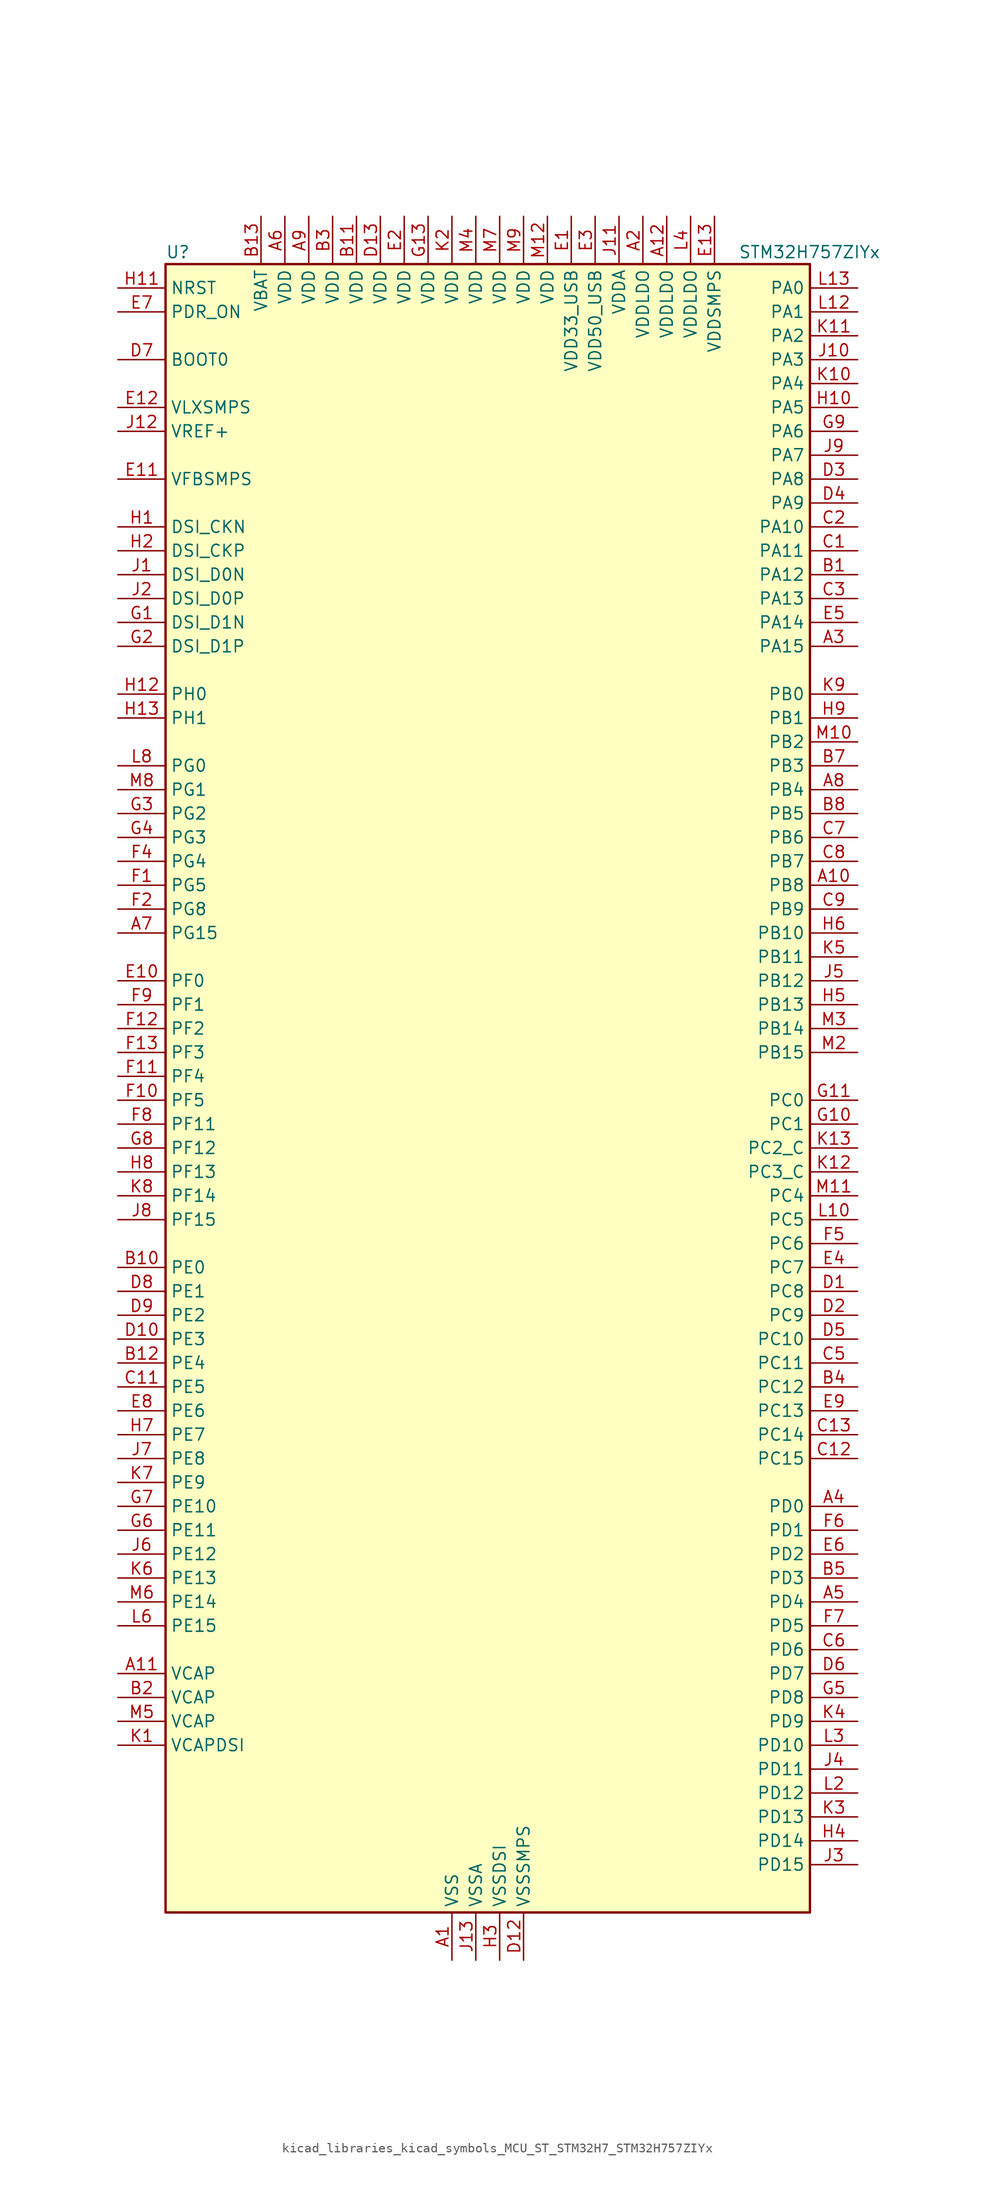
<source format=kicad_sym>
(kicad_symbol_lib
  (version 20220914)
  (generator kicad_symbol_editor)
  (symbol "kicad_libraries_kicad_symbols_MCU_ST_STM32H7_STM32H757ZIYx"
    (property "Reference" "U"
      (at -33.02 90.17 0)
      (effects (font (size 1.27 1.27)) (justify left)))
    (property "Value" "STM32H757ZIYx"
      (at 27.94 90.17 0)
      (effects (font (size 1.27 1.27)) (justify left)))
    (property "ki_locked" ""
      (at 0 0 0)
      (effects (font (size 1.27 1.27))))
    (symbol "kicad_libraries_kicad_symbols_MCU_ST_STM32H7_STM32H757ZIYx_0_1"
      (rectangle (start -33.02 -86.36) (end 35.56 88.9) (stroke (width 0.254) (type default)) (fill (type background))))
    (symbol "kicad_libraries_kicad_symbols_MCU_ST_STM32H7_STM32H757ZIYx_1_1"
      (pin power_in line (at -2.54 -91.44 90) (length 5.08) (name "VSS" (effects (font (size 1.27 1.27)))) (number "A1" (effects (font (size 1.27 1.27)))))
      (pin bidirectional line (at 40.64 22.86 180) (length 5.08) (name "PB8" (effects (font (size 1.27 1.27)))) (number "A10" (effects (font (size 1.27 1.27)))) (alternate "DCMI_D6" bidirectional line) (alternate "DFSDM1_CKIN7" bidirectional line) (alternate "ETH_TXD3" bidirectional line) (alternate "FDCAN1_RX" bidirectional line) (alternate "I2C1_SCL" bidirectional line) (alternate "I2C4_SCL" bidirectional line) (alternate "LTDC_B6" bidirectional line) (alternate "SDMMC1_CKIN" bidirectional line) (alternate "SDMMC1_D4" bidirectional line) (alternate "SDMMC2_D4" bidirectional line) (alternate "TIM16_CH1" bidirectional line) (alternate "TIM4_CH3" bidirectional line) (alternate "UART4_RX" bidirectional line))
      (pin power_out line (at -38.1 -60.96 0) (length 5.08) (name "VCAP" (effects (font (size 1.27 1.27)))) (number "A11" (effects (font (size 1.27 1.27)))))
      (pin power_in line (at 20.32 93.98 270) (length 5.08) (name "VDDLDO" (effects (font (size 1.27 1.27)))) (number "A12" (effects (font (size 1.27 1.27)))))
      (pin no_connect line (at -33.02 -86.36 0) (length 5.08) hide (name "DNC" (effects (font (size 1.27 1.27)))) (number "A13" (effects (font (size 1.27 1.27)))))
      (pin power_in line (at 17.78 93.98 270) (length 5.08) (name "VDDLDO" (effects (font (size 1.27 1.27)))) (number "A2" (effects (font (size 1.27 1.27)))))
      (pin bidirectional line (at 40.64 48.26 180) (length 5.08) (name "PA15" (effects (font (size 1.27 1.27)))) (number "A3" (effects (font (size 1.27 1.27)))) (alternate "ADC1_EXTI15" bidirectional line) (alternate "ADC2_EXTI15" bidirectional line) (alternate "ADC3_EXTI15" bidirectional line) (alternate "CEC" bidirectional line) (alternate "DEBUG_JTDI" bidirectional line) (alternate "DSIHOST_TE" bidirectional line) (alternate "HRTIM_FLT1" bidirectional line) (alternate "I2S1_WS" bidirectional line) (alternate "I2S3_WS" bidirectional line) (alternate "SPI1_NSS" bidirectional line) (alternate "SPI3_NSS" bidirectional line) (alternate "SPI6_NSS" bidirectional line) (alternate "TIM2_CH1" bidirectional line) (alternate "TIM2_ETR" bidirectional line) (alternate "UART4_DE" bidirectional line) (alternate "UART4_RTS" bidirectional line) (alternate "UART7_TX" bidirectional line))
      (pin bidirectional line (at 40.64 -43.18 180) (length 5.08) (name "PD0" (effects (font (size 1.27 1.27)))) (number "A4" (effects (font (size 1.27 1.27)))) (alternate "DFSDM1_CKIN6" bidirectional line) (alternate "FDCAN1_RX" bidirectional line) (alternate "FMC_D2" bidirectional line) (alternate "FMC_DA2" bidirectional line) (alternate "SAI3_SCK_A" bidirectional line) (alternate "UART4_RX" bidirectional line))
      (pin bidirectional line (at 40.64 -53.34 180) (length 5.08) (name "PD4" (effects (font (size 1.27 1.27)))) (number "A5" (effects (font (size 1.27 1.27)))) (alternate "FMC_NOE" bidirectional line) (alternate "HRTIM_FLT3" bidirectional line) (alternate "SAI3_FS_A" bidirectional line) (alternate "USART2_DE" bidirectional line) (alternate "USART2_RTS" bidirectional line))
      (pin power_in line (at -20.32 93.98 270) (length 5.08) (name "VDD" (effects (font (size 1.27 1.27)))) (number "A6" (effects (font (size 1.27 1.27)))))
      (pin bidirectional line (at -38.1 17.78 0) (length 5.08) (name "PG15" (effects (font (size 1.27 1.27)))) (number "A7" (effects (font (size 1.27 1.27)))) (alternate "ADC1_EXTI15" bidirectional line) (alternate "ADC2_EXTI15" bidirectional line) (alternate "ADC3_EXTI15" bidirectional line) (alternate "DCMI_D13" bidirectional line) (alternate "FMC_SDNCAS" bidirectional line) (alternate "USART6_CTS" bidirectional line) (alternate "USART6_NSS" bidirectional line))
      (pin bidirectional line (at 40.64 33.02 180) (length 5.08) (name "PB4" (effects (font (size 1.27 1.27)))) (number "A8" (effects (font (size 1.27 1.27)))) (alternate "DEBUG_JTRST" bidirectional line) (alternate "HRTIM_EEV6" bidirectional line) (alternate "I2S1_SDI" bidirectional line) (alternate "I2S2_WS" bidirectional line) (alternate "I2S3_SDI" bidirectional line) (alternate "SDMMC2_D3" bidirectional line) (alternate "SPI1_MISO" bidirectional line) (alternate "SPI2_NSS" bidirectional line) (alternate "SPI3_MISO" bidirectional line) (alternate "SPI6_MISO" bidirectional line) (alternate "TIM16_BKIN" bidirectional line) (alternate "TIM3_CH1" bidirectional line) (alternate "UART7_TX" bidirectional line))
      (pin power_in line (at -17.78 93.98 270) (length 5.08) (name "VDD" (effects (font (size 1.27 1.27)))) (number "A9" (effects (font (size 1.27 1.27)))))
      (pin bidirectional line (at 40.64 55.88 180) (length 5.08) (name "PA12" (effects (font (size 1.27 1.27)))) (number "B1" (effects (font (size 1.27 1.27)))) (alternate "FDCAN1_TX" bidirectional line) (alternate "HRTIM_CHD2" bidirectional line) (alternate "I2S2_CK" bidirectional line) (alternate "LPUART1_DE" bidirectional line) (alternate "LPUART1_RTS" bidirectional line) (alternate "LTDC_R5" bidirectional line) (alternate "SAI2_FS_B" bidirectional line) (alternate "SPI2_SCK" bidirectional line) (alternate "TIM1_ETR" bidirectional line) (alternate "UART4_TX" bidirectional line) (alternate "USART1_DE" bidirectional line) (alternate "USART1_RTS" bidirectional line) (alternate "USB_OTG_FS_DP" bidirectional line))
      (pin bidirectional line (at -38.1 -17.78 0) (length 5.08) (name "PE0" (effects (font (size 1.27 1.27)))) (number "B10" (effects (font (size 1.27 1.27)))) (alternate "DCMI_D2" bidirectional line) (alternate "FMC_NBL0" bidirectional line) (alternate "HRTIM_SCIN" bidirectional line) (alternate "LPTIM1_ETR" bidirectional line) (alternate "LPTIM2_ETR" bidirectional line) (alternate "SAI2_MCLK_A" bidirectional line) (alternate "TIM4_ETR" bidirectional line) (alternate "UART8_RX" bidirectional line))
      (pin power_in line (at -12.7 93.98 270) (length 5.08) (name "VDD" (effects (font (size 1.27 1.27)))) (number "B11" (effects (font (size 1.27 1.27)))))
      (pin bidirectional line (at -38.1 -27.94 0) (length 5.08) (name "PE4" (effects (font (size 1.27 1.27)))) (number "B12" (effects (font (size 1.27 1.27)))) (alternate "DCMI_D4" bidirectional line) (alternate "DEBUG_TRACED1" bidirectional line) (alternate "DFSDM1_DATIN3" bidirectional line) (alternate "FMC_A20" bidirectional line) (alternate "LTDC_B0" bidirectional line) (alternate "SAI1_D2" bidirectional line) (alternate "SAI1_FS_A" bidirectional line) (alternate "SAI4_D2" bidirectional line) (alternate "SAI4_FS_A" bidirectional line) (alternate "SPI4_NSS" bidirectional line) (alternate "TIM15_CH1N" bidirectional line))
      (pin power_in line (at -22.86 93.98 270) (length 5.08) (name "VBAT" (effects (font (size 1.27 1.27)))) (number "B13" (effects (font (size 1.27 1.27)))))
      (pin power_out line (at -38.1 -63.5 0) (length 5.08) (name "VCAP" (effects (font (size 1.27 1.27)))) (number "B2" (effects (font (size 1.27 1.27)))))
      (pin power_in line (at -15.24 93.98 270) (length 5.08) (name "VDD" (effects (font (size 1.27 1.27)))) (number "B3" (effects (font (size 1.27 1.27)))))
      (pin bidirectional line (at 40.64 -30.48 180) (length 5.08) (name "PC12" (effects (font (size 1.27 1.27)))) (number "B4" (effects (font (size 1.27 1.27)))) (alternate "DCMI_D9" bidirectional line) (alternate "DEBUG_TRACED3" bidirectional line) (alternate "HRTIM_EEV2" bidirectional line) (alternate "I2S3_SDO" bidirectional line) (alternate "SDMMC1_CK" bidirectional line) (alternate "SPI3_MOSI" bidirectional line) (alternate "UART5_TX" bidirectional line) (alternate "USART3_CK" bidirectional line))
      (pin bidirectional line (at 40.64 -50.8 180) (length 5.08) (name "PD3" (effects (font (size 1.27 1.27)))) (number "B5" (effects (font (size 1.27 1.27)))) (alternate "DCMI_D5" bidirectional line) (alternate "DFSDM1_CKOUT" bidirectional line) (alternate "FMC_CLK" bidirectional line) (alternate "I2S2_CK" bidirectional line) (alternate "LTDC_G7" bidirectional line) (alternate "SPI2_SCK" bidirectional line) (alternate "USART2_CTS" bidirectional line) (alternate "USART2_NSS" bidirectional line))
      (pin passive line (at -2.54 -91.44 90) (length 5.08) hide (name "VSS" (effects (font (size 1.27 1.27)))) (number "B6" (effects (font (size 1.27 1.27)))))
      (pin bidirectional line (at 40.64 35.56 180) (length 5.08) (name "PB3" (effects (font (size 1.27 1.27)))) (number "B7" (effects (font (size 1.27 1.27)))) (alternate "CRS_SYNC" bidirectional line) (alternate "DEBUG_JTDO-SWO" bidirectional line) (alternate "HRTIM_FLT4" bidirectional line) (alternate "I2S1_CK" bidirectional line) (alternate "I2S3_CK" bidirectional line) (alternate "SDMMC2_D2" bidirectional line) (alternate "SPI1_SCK" bidirectional line) (alternate "SPI3_SCK" bidirectional line) (alternate "SPI6_SCK" bidirectional line) (alternate "TIM2_CH2" bidirectional line) (alternate "UART7_RX" bidirectional line))
      (pin bidirectional line (at 40.64 30.48 180) (length 5.08) (name "PB5" (effects (font (size 1.27 1.27)))) (number "B8" (effects (font (size 1.27 1.27)))) (alternate "DCMI_D10" bidirectional line) (alternate "ETH_PPS_OUT" bidirectional line) (alternate "FDCAN2_RX" bidirectional line) (alternate "FMC_SDCKE1" bidirectional line) (alternate "HRTIM_EEV7" bidirectional line) (alternate "I2C1_SMBA" bidirectional line) (alternate "I2C4_SMBA" bidirectional line) (alternate "I2S1_SDO" bidirectional line) (alternate "I2S3_SDO" bidirectional line) (alternate "SPI1_MOSI" bidirectional line) (alternate "SPI3_MOSI" bidirectional line) (alternate "SPI6_MOSI" bidirectional line) (alternate "TIM17_BKIN" bidirectional line) (alternate "TIM3_CH2" bidirectional line) (alternate "UART5_RX" bidirectional line) (alternate "USB_OTG_HS_ULPI_D7" bidirectional line))
      (pin passive line (at -2.54 -91.44 90) (length 5.08) hide (name "VSS" (effects (font (size 1.27 1.27)))) (number "B9" (effects (font (size 1.27 1.27)))))
      (pin bidirectional line (at 40.64 58.42 180) (length 5.08) (name "PA11" (effects (font (size 1.27 1.27)))) (number "C1" (effects (font (size 1.27 1.27)))) (alternate "ADC1_EXTI11" bidirectional line) (alternate "ADC2_EXTI11" bidirectional line) (alternate "ADC3_EXTI11" bidirectional line) (alternate "FDCAN1_RX" bidirectional line) (alternate "HRTIM_CHD1" bidirectional line) (alternate "I2S2_WS" bidirectional line) (alternate "LPUART1_CTS" bidirectional line) (alternate "LTDC_R4" bidirectional line) (alternate "SPI2_NSS" bidirectional line) (alternate "TIM1_CH4" bidirectional line) (alternate "UART4_RX" bidirectional line) (alternate "USART1_CTS" bidirectional line) (alternate "USART1_NSS" bidirectional line) (alternate "USB_OTG_FS_DM" bidirectional line))
      (pin passive line (at -2.54 -91.44 90) (length 5.08) hide (name "VSS" (effects (font (size 1.27 1.27)))) (number "C10" (effects (font (size 1.27 1.27)))))
      (pin bidirectional line (at -38.1 -30.48 0) (length 5.08) (name "PE5" (effects (font (size 1.27 1.27)))) (number "C11" (effects (font (size 1.27 1.27)))) (alternate "DCMI_D6" bidirectional line) (alternate "DEBUG_TRACED2" bidirectional line) (alternate "DFSDM1_CKIN3" bidirectional line) (alternate "FMC_A21" bidirectional line) (alternate "LTDC_G0" bidirectional line) (alternate "SAI1_CK2" bidirectional line) (alternate "SAI1_SCK_A" bidirectional line) (alternate "SAI4_CK2" bidirectional line) (alternate "SAI4_SCK_A" bidirectional line) (alternate "SPI4_MISO" bidirectional line) (alternate "TIM15_CH1" bidirectional line))
      (pin bidirectional line (at 40.64 -38.1 180) (length 5.08) (name "PC15" (effects (font (size 1.27 1.27)))) (number "C12" (effects (font (size 1.27 1.27)))) (alternate "ADC1_EXTI15" bidirectional line) (alternate "ADC2_EXTI15" bidirectional line) (alternate "ADC3_EXTI15" bidirectional line) (alternate "RCC_OSC32_OUT" bidirectional line))
      (pin bidirectional line (at 40.64 -35.56 180) (length 5.08) (name "PC14" (effects (font (size 1.27 1.27)))) (number "C13" (effects (font (size 1.27 1.27)))) (alternate "RCC_OSC32_IN" bidirectional line))
      (pin bidirectional line (at 40.64 60.96 180) (length 5.08) (name "PA10" (effects (font (size 1.27 1.27)))) (number "C2" (effects (font (size 1.27 1.27)))) (alternate "DCMI_D1" bidirectional line) (alternate "HRTIM_CHC2" bidirectional line) (alternate "LPUART1_RX" bidirectional line) (alternate "LTDC_B1" bidirectional line) (alternate "LTDC_B4" bidirectional line) (alternate "MDIOS_MDIO" bidirectional line) (alternate "TIM1_CH3" bidirectional line) (alternate "USART1_RX" bidirectional line) (alternate "USB_OTG_FS_ID" bidirectional line))
      (pin bidirectional line (at 40.64 53.34 180) (length 5.08) (name "PA13" (effects (font (size 1.27 1.27)))) (number "C3" (effects (font (size 1.27 1.27)))) (alternate "DEBUG_JTMS-SWDIO" bidirectional line))
      (pin passive line (at -2.54 -91.44 90) (length 5.08) hide (name "VSS" (effects (font (size 1.27 1.27)))) (number "C4" (effects (font (size 1.27 1.27)))))
      (pin bidirectional line (at 40.64 -27.94 180) (length 5.08) (name "PC11" (effects (font (size 1.27 1.27)))) (number "C5" (effects (font (size 1.27 1.27)))) (alternate "ADC1_EXTI11" bidirectional line) (alternate "ADC2_EXTI11" bidirectional line) (alternate "ADC3_EXTI11" bidirectional line) (alternate "DCMI_D4" bidirectional line) (alternate "DFSDM1_DATIN5" bidirectional line) (alternate "HRTIM_FLT2" bidirectional line) (alternate "I2S3_SDI" bidirectional line) (alternate "QUADSPI_BK2_NCS" bidirectional line) (alternate "SDMMC1_D3" bidirectional line) (alternate "SPI3_MISO" bidirectional line) (alternate "UART4_RX" bidirectional line) (alternate "USART3_RX" bidirectional line))
      (pin bidirectional line (at 40.64 -58.42 180) (length 5.08) (name "PD6" (effects (font (size 1.27 1.27)))) (number "C6" (effects (font (size 1.27 1.27)))) (alternate "DCMI_D10" bidirectional line) (alternate "DFSDM1_CKIN4" bidirectional line) (alternate "DFSDM1_DATIN1" bidirectional line) (alternate "FMC_NWAIT" bidirectional line) (alternate "I2S3_SDO" bidirectional line) (alternate "LTDC_B2" bidirectional line) (alternate "SAI1_D1" bidirectional line) (alternate "SAI1_SD_A" bidirectional line) (alternate "SAI4_D1" bidirectional line) (alternate "SAI4_SD_A" bidirectional line) (alternate "SDMMC2_CK" bidirectional line) (alternate "SPI3_MOSI" bidirectional line) (alternate "USART2_RX" bidirectional line))
      (pin bidirectional line (at 40.64 27.94 180) (length 5.08) (name "PB6" (effects (font (size 1.27 1.27)))) (number "C7" (effects (font (size 1.27 1.27)))) (alternate "CEC" bidirectional line) (alternate "DCMI_D5" bidirectional line) (alternate "DFSDM1_DATIN5" bidirectional line) (alternate "FDCAN2_TX" bidirectional line) (alternate "FMC_SDNE1" bidirectional line) (alternate "HRTIM_EEV8" bidirectional line) (alternate "I2C1_SCL" bidirectional line) (alternate "I2C4_SCL" bidirectional line) (alternate "LPUART1_TX" bidirectional line) (alternate "QUADSPI_BK1_NCS" bidirectional line) (alternate "TIM16_CH1N" bidirectional line) (alternate "TIM4_CH1" bidirectional line) (alternate "UART5_TX" bidirectional line) (alternate "USART1_TX" bidirectional line))
      (pin bidirectional line (at 40.64 25.4 180) (length 5.08) (name "PB7" (effects (font (size 1.27 1.27)))) (number "C8" (effects (font (size 1.27 1.27)))) (alternate "DCMI_VSYNC" bidirectional line) (alternate "DFSDM1_CKIN5" bidirectional line) (alternate "FMC_NL" bidirectional line) (alternate "HRTIM_EEV9" bidirectional line) (alternate "I2C1_SDA" bidirectional line) (alternate "I2C4_SDA" bidirectional line) (alternate "LPUART1_RX" bidirectional line) (alternate "PWR_PVD_IN" bidirectional line) (alternate "TIM17_CH1N" bidirectional line) (alternate "TIM4_CH2" bidirectional line) (alternate "USART1_RX" bidirectional line))
      (pin bidirectional line (at 40.64 20.32 180) (length 5.08) (name "PB9" (effects (font (size 1.27 1.27)))) (number "C9" (effects (font (size 1.27 1.27)))) (alternate "DAC1_EXTI9" bidirectional line) (alternate "DCMI_D7" bidirectional line) (alternate "DFSDM1_DATIN7" bidirectional line) (alternate "FDCAN1_TX" bidirectional line) (alternate "I2C1_SDA" bidirectional line) (alternate "I2C4_SDA" bidirectional line) (alternate "I2C4_SMBA" bidirectional line) (alternate "I2S2_WS" bidirectional line) (alternate "LTDC_B7" bidirectional line) (alternate "SDMMC1_CDIR" bidirectional line) (alternate "SDMMC1_D5" bidirectional line) (alternate "SDMMC2_D5" bidirectional line) (alternate "SPI2_NSS" bidirectional line) (alternate "TIM17_CH1" bidirectional line) (alternate "TIM4_CH4" bidirectional line) (alternate "UART4_TX" bidirectional line))
      (pin bidirectional line (at 40.64 -20.32 180) (length 5.08) (name "PC8" (effects (font (size 1.27 1.27)))) (number "D1" (effects (font (size 1.27 1.27)))) (alternate "DCMI_D2" bidirectional line) (alternate "DEBUG_TRACED1" bidirectional line) (alternate "FMC_NCE" bidirectional line) (alternate "FMC_NE2" bidirectional line) (alternate "HRTIM_CHB1" bidirectional line) (alternate "SDMMC1_D0" bidirectional line) (alternate "SWPMI1_RX" bidirectional line) (alternate "TIM3_CH3" bidirectional line) (alternate "TIM8_CH3" bidirectional line) (alternate "UART5_DE" bidirectional line) (alternate "UART5_RTS" bidirectional line) (alternate "USART6_CK" bidirectional line))
      (pin bidirectional line (at -38.1 -25.4 0) (length 5.08) (name "PE3" (effects (font (size 1.27 1.27)))) (number "D10" (effects (font (size 1.27 1.27)))) (alternate "DEBUG_TRACED0" bidirectional line) (alternate "FMC_A19" bidirectional line) (alternate "SAI1_SD_B" bidirectional line) (alternate "SAI4_SD_B" bidirectional line) (alternate "TIM15_BKIN" bidirectional line))
      (pin passive line (at -2.54 -91.44 90) (length 5.08) hide (name "VSS" (effects (font (size 1.27 1.27)))) (number "D11" (effects (font (size 1.27 1.27)))))
      (pin power_in line (at 5.08 -91.44 90) (length 5.08) (name "VSSSMPS" (effects (font (size 1.27 1.27)))) (number "D12" (effects (font (size 1.27 1.27)))))
      (pin power_in line (at -10.16 93.98 270) (length 5.08) (name "VDD" (effects (font (size 1.27 1.27)))) (number "D13" (effects (font (size 1.27 1.27)))))
      (pin bidirectional line (at 40.64 -22.86 180) (length 5.08) (name "PC9" (effects (font (size 1.27 1.27)))) (number "D2" (effects (font (size 1.27 1.27)))) (alternate "DAC1_EXTI9" bidirectional line) (alternate "DCMI_D3" bidirectional line) (alternate "I2C3_SDA" bidirectional line) (alternate "I2S_CKIN" bidirectional line) (alternate "LTDC_B2" bidirectional line) (alternate "LTDC_G3" bidirectional line) (alternate "QUADSPI_BK1_IO0" bidirectional line) (alternate "RCC_MCO_2" bidirectional line) (alternate "SDMMC1_D1" bidirectional line) (alternate "SWPMI1_SUSPEND" bidirectional line) (alternate "TIM3_CH4" bidirectional line) (alternate "TIM8_CH4" bidirectional line) (alternate "UART5_CTS" bidirectional line))
      (pin bidirectional line (at 40.64 66.04 180) (length 5.08) (name "PA8" (effects (font (size 1.27 1.27)))) (number "D3" (effects (font (size 1.27 1.27)))) (alternate "HRTIM_CHB2" bidirectional line) (alternate "I2C3_SCL" bidirectional line) (alternate "LTDC_B3" bidirectional line) (alternate "LTDC_R6" bidirectional line) (alternate "RCC_MCO_1" bidirectional line) (alternate "TIM1_CH1" bidirectional line) (alternate "TIM8_BKIN2" bidirectional line) (alternate "TIM8_BKIN2_COMP1" bidirectional line) (alternate "TIM8_BKIN2_COMP2" bidirectional line) (alternate "UART7_RX" bidirectional line) (alternate "USART1_CK" bidirectional line) (alternate "USB_OTG_FS_SOF" bidirectional line))
      (pin bidirectional line (at 40.64 63.5 180) (length 5.08) (name "PA9" (effects (font (size 1.27 1.27)))) (number "D4" (effects (font (size 1.27 1.27)))) (alternate "DAC1_EXTI9" bidirectional line) (alternate "DCMI_D0" bidirectional line) (alternate "HRTIM_CHC1" bidirectional line) (alternate "I2C3_SMBA" bidirectional line) (alternate "I2S2_CK" bidirectional line) (alternate "LPUART1_TX" bidirectional line) (alternate "LTDC_R5" bidirectional line) (alternate "SPI2_SCK" bidirectional line) (alternate "TIM1_CH2" bidirectional line) (alternate "USART1_TX" bidirectional line) (alternate "USB_OTG_FS_VBUS" bidirectional line))
      (pin bidirectional line (at 40.64 -25.4 180) (length 5.08) (name "PC10" (effects (font (size 1.27 1.27)))) (number "D5" (effects (font (size 1.27 1.27)))) (alternate "DCMI_D8" bidirectional line) (alternate "DFSDM1_CKIN5" bidirectional line) (alternate "HRTIM_EEV1" bidirectional line) (alternate "I2S3_CK" bidirectional line) (alternate "LTDC_R2" bidirectional line) (alternate "QUADSPI_BK1_IO1" bidirectional line) (alternate "SDMMC1_D2" bidirectional line) (alternate "SPI3_SCK" bidirectional line) (alternate "UART4_TX" bidirectional line) (alternate "USART3_TX" bidirectional line))
      (pin bidirectional line (at 40.64 -60.96 180) (length 5.08) (name "PD7" (effects (font (size 1.27 1.27)))) (number "D6" (effects (font (size 1.27 1.27)))) (alternate "DFSDM1_CKIN1" bidirectional line) (alternate "DFSDM1_DATIN4" bidirectional line) (alternate "FMC_NE1" bidirectional line) (alternate "I2S1_SDO" bidirectional line) (alternate "SDMMC2_CMD" bidirectional line) (alternate "SPDIFRX1_IN0" bidirectional line) (alternate "SPI1_MOSI" bidirectional line) (alternate "USART2_CK" bidirectional line))
      (pin input line (at -38.1 78.74 0) (length 5.08) (name "BOOT0" (effects (font (size 1.27 1.27)))) (number "D7" (effects (font (size 1.27 1.27)))))
      (pin bidirectional line (at -38.1 -20.32 0) (length 5.08) (name "PE1" (effects (font (size 1.27 1.27)))) (number "D8" (effects (font (size 1.27 1.27)))) (alternate "DCMI_D3" bidirectional line) (alternate "FMC_NBL1" bidirectional line) (alternate "HRTIM_SCOUT" bidirectional line) (alternate "LPTIM1_IN2" bidirectional line) (alternate "UART8_TX" bidirectional line))
      (pin bidirectional line (at -38.1 -22.86 0) (length 5.08) (name "PE2" (effects (font (size 1.27 1.27)))) (number "D9" (effects (font (size 1.27 1.27)))) (alternate "DEBUG_TRACECLK" bidirectional line) (alternate "ETH_TXD3" bidirectional line) (alternate "FMC_A23" bidirectional line) (alternate "QUADSPI_BK1_IO2" bidirectional line) (alternate "SAI1_CK1" bidirectional line) (alternate "SAI1_MCLK_A" bidirectional line) (alternate "SAI4_CK1" bidirectional line) (alternate "SAI4_MCLK_A" bidirectional line) (alternate "SPI4_SCK" bidirectional line))
      (pin power_in line (at 10.16 93.98 270) (length 5.08) (name "VDD33_USB" (effects (font (size 1.27 1.27)))) (number "E1" (effects (font (size 1.27 1.27)))))
      (pin bidirectional line (at -38.1 12.7 0) (length 5.08) (name "PF0" (effects (font (size 1.27 1.27)))) (number "E10" (effects (font (size 1.27 1.27)))) (alternate "FMC_A0" bidirectional line) (alternate "I2C2_SDA" bidirectional line))
      (pin input line (at -38.1 66.04 0) (length 5.08) (name "VFBSMPS" (effects (font (size 1.27 1.27)))) (number "E11" (effects (font (size 1.27 1.27)))))
      (pin power_in line (at -38.1 73.66 0) (length 5.08) (name "VLXSMPS" (effects (font (size 1.27 1.27)))) (number "E12" (effects (font (size 1.27 1.27)))))
      (pin power_in line (at 25.4 93.98 270) (length 5.08) (name "VDDSMPS" (effects (font (size 1.27 1.27)))) (number "E13" (effects (font (size 1.27 1.27)))))
      (pin power_in line (at -7.62 93.98 270) (length 5.08) (name "VDD" (effects (font (size 1.27 1.27)))) (number "E2" (effects (font (size 1.27 1.27)))))
      (pin power_in line (at 12.7 93.98 270) (length 5.08) (name "VDD50_USB" (effects (font (size 1.27 1.27)))) (number "E3" (effects (font (size 1.27 1.27)))))
      (pin bidirectional line (at 40.64 -17.78 180) (length 5.08) (name "PC7" (effects (font (size 1.27 1.27)))) (number "E4" (effects (font (size 1.27 1.27)))) (alternate "DCMI_D1" bidirectional line) (alternate "DEBUG_TRGIO" bidirectional line) (alternate "DFSDM1_DATIN3" bidirectional line) (alternate "FMC_NE1" bidirectional line) (alternate "HRTIM_CHA2" bidirectional line) (alternate "I2S3_MCK" bidirectional line) (alternate "LTDC_G6" bidirectional line) (alternate "SDMMC1_D123DIR" bidirectional line) (alternate "SDMMC1_D7" bidirectional line) (alternate "SDMMC2_D7" bidirectional line) (alternate "SWPMI1_TX" bidirectional line) (alternate "TIM3_CH2" bidirectional line) (alternate "TIM8_CH2" bidirectional line) (alternate "USART6_RX" bidirectional line))
      (pin bidirectional line (at 40.64 50.8 180) (length 5.08) (name "PA14" (effects (font (size 1.27 1.27)))) (number "E5" (effects (font (size 1.27 1.27)))) (alternate "DEBUG_JTCK-SWCLK" bidirectional line))
      (pin bidirectional line (at 40.64 -48.26 180) (length 5.08) (name "PD2" (effects (font (size 1.27 1.27)))) (number "E6" (effects (font (size 1.27 1.27)))) (alternate "DCMI_D11" bidirectional line) (alternate "DEBUG_TRACED2" bidirectional line) (alternate "SDMMC1_CMD" bidirectional line) (alternate "TIM3_ETR" bidirectional line) (alternate "UART5_RX" bidirectional line))
      (pin input line (at -38.1 83.82 0) (length 5.08) (name "PDR_ON" (effects (font (size 1.27 1.27)))) (number "E7" (effects (font (size 1.27 1.27)))))
      (pin bidirectional line (at -38.1 -33.02 0) (length 5.08) (name "PE6" (effects (font (size 1.27 1.27)))) (number "E8" (effects (font (size 1.27 1.27)))) (alternate "DCMI_D7" bidirectional line) (alternate "DEBUG_TRACED3" bidirectional line) (alternate "FMC_A22" bidirectional line) (alternate "LTDC_G1" bidirectional line) (alternate "SAI1_D1" bidirectional line) (alternate "SAI1_SD_A" bidirectional line) (alternate "SAI2_MCLK_B" bidirectional line) (alternate "SAI4_D1" bidirectional line) (alternate "SAI4_SD_A" bidirectional line) (alternate "SPI4_MOSI" bidirectional line) (alternate "TIM15_CH2" bidirectional line) (alternate "TIM1_BKIN2" bidirectional line) (alternate "TIM1_BKIN2_COMP1" bidirectional line) (alternate "TIM1_BKIN2_COMP2" bidirectional line))
      (pin bidirectional line (at 40.64 -33.02 180) (length 5.08) (name "PC13" (effects (font (size 1.27 1.27)))) (number "E9" (effects (font (size 1.27 1.27)))) (alternate "PWR_WKUP2" bidirectional line) (alternate "RTC_OUT_ALARM" bidirectional line) (alternate "RTC_OUT_CALIB" bidirectional line) (alternate "RTC_TAMP1" bidirectional line) (alternate "RTC_TS" bidirectional line))
      (pin bidirectional line (at -38.1 22.86 0) (length 5.08) (name "PG5" (effects (font (size 1.27 1.27)))) (number "F1" (effects (font (size 1.27 1.27)))) (alternate "FMC_A15" bidirectional line) (alternate "FMC_BA1" bidirectional line) (alternate "TIM1_ETR" bidirectional line))
      (pin bidirectional line (at -38.1 0 0) (length 5.08) (name "PF5" (effects (font (size 1.27 1.27)))) (number "F10" (effects (font (size 1.27 1.27)))) (alternate "ADC3_INP4" bidirectional line) (alternate "FMC_A5" bidirectional line))
      (pin bidirectional line (at -38.1 2.54 0) (length 5.08) (name "PF4" (effects (font (size 1.27 1.27)))) (number "F11" (effects (font (size 1.27 1.27)))) (alternate "ADC3_INN5" bidirectional line) (alternate "ADC3_INP9" bidirectional line) (alternate "FMC_A4" bidirectional line))
      (pin bidirectional line (at -38.1 7.62 0) (length 5.08) (name "PF2" (effects (font (size 1.27 1.27)))) (number "F12" (effects (font (size 1.27 1.27)))) (alternate "FMC_A2" bidirectional line) (alternate "I2C2_SMBA" bidirectional line))
      (pin bidirectional line (at -38.1 5.08 0) (length 5.08) (name "PF3" (effects (font (size 1.27 1.27)))) (number "F13" (effects (font (size 1.27 1.27)))) (alternate "ADC3_INP5" bidirectional line) (alternate "FMC_A3" bidirectional line))
      (pin bidirectional line (at -38.1 20.32 0) (length 5.08) (name "PG8" (effects (font (size 1.27 1.27)))) (number "F2" (effects (font (size 1.27 1.27)))) (alternate "ETH_PPS_OUT" bidirectional line) (alternate "FMC_SDCLK" bidirectional line) (alternate "LTDC_G7" bidirectional line) (alternate "SPDIFRX1_IN2" bidirectional line) (alternate "SPI6_NSS" bidirectional line) (alternate "TIM8_ETR" bidirectional line) (alternate "USART6_DE" bidirectional line) (alternate "USART6_RTS" bidirectional line))
      (pin passive line (at -2.54 -91.44 90) (length 5.08) hide (name "VSS" (effects (font (size 1.27 1.27)))) (number "F3" (effects (font (size 1.27 1.27)))))
      (pin bidirectional line (at -38.1 25.4 0) (length 5.08) (name "PG4" (effects (font (size 1.27 1.27)))) (number "F4" (effects (font (size 1.27 1.27)))) (alternate "FMC_A14" bidirectional line) (alternate "FMC_BA0" bidirectional line) (alternate "TIM1_BKIN2" bidirectional line) (alternate "TIM1_BKIN2_COMP1" bidirectional line) (alternate "TIM1_BKIN2_COMP2" bidirectional line))
      (pin bidirectional line (at 40.64 -15.24 180) (length 5.08) (name "PC6" (effects (font (size 1.27 1.27)))) (number "F5" (effects (font (size 1.27 1.27)))) (alternate "DCMI_D0" bidirectional line) (alternate "DFSDM1_CKIN3" bidirectional line) (alternate "FMC_NWAIT" bidirectional line) (alternate "HRTIM_CHA1" bidirectional line) (alternate "I2S2_MCK" bidirectional line) (alternate "LTDC_HSYNC" bidirectional line) (alternate "SDMMC1_D0DIR" bidirectional line) (alternate "SDMMC1_D6" bidirectional line) (alternate "SDMMC2_D6" bidirectional line) (alternate "SWPMI1_IO" bidirectional line) (alternate "TIM3_CH1" bidirectional line) (alternate "TIM8_CH1" bidirectional line) (alternate "USART6_TX" bidirectional line))
      (pin bidirectional line (at 40.64 -45.72 180) (length 5.08) (name "PD1" (effects (font (size 1.27 1.27)))) (number "F6" (effects (font (size 1.27 1.27)))) (alternate "DFSDM1_DATIN6" bidirectional line) (alternate "FDCAN1_TX" bidirectional line) (alternate "FMC_D3" bidirectional line) (alternate "FMC_DA3" bidirectional line) (alternate "SAI3_SD_A" bidirectional line) (alternate "UART4_TX" bidirectional line))
      (pin bidirectional line (at 40.64 -55.88 180) (length 5.08) (name "PD5" (effects (font (size 1.27 1.27)))) (number "F7" (effects (font (size 1.27 1.27)))) (alternate "FMC_NWE" bidirectional line) (alternate "HRTIM_EEV3" bidirectional line) (alternate "USART2_TX" bidirectional line))
      (pin bidirectional line (at -38.1 -2.54 0) (length 5.08) (name "PF11" (effects (font (size 1.27 1.27)))) (number "F8" (effects (font (size 1.27 1.27)))) (alternate "ADC1_EXTI11" bidirectional line) (alternate "ADC1_INP2" bidirectional line) (alternate "ADC2_EXTI11" bidirectional line) (alternate "ADC3_EXTI11" bidirectional line) (alternate "DCMI_D12" bidirectional line) (alternate "FMC_SDNRAS" bidirectional line) (alternate "SAI2_SD_B" bidirectional line))
      (pin bidirectional line (at -38.1 10.16 0) (length 5.08) (name "PF1" (effects (font (size 1.27 1.27)))) (number "F9" (effects (font (size 1.27 1.27)))) (alternate "FMC_A1" bidirectional line) (alternate "I2C2_SCL" bidirectional line))
      (pin bidirectional line (at -38.1 50.8 0) (length 5.08) (name "DSI_D1N" (effects (font (size 1.27 1.27)))) (number "G1" (effects (font (size 1.27 1.27)))) (alternate "DSIHOST_D1N" bidirectional line))
      (pin bidirectional line (at 40.64 -2.54 180) (length 5.08) (name "PC1" (effects (font (size 1.27 1.27)))) (number "G10" (effects (font (size 1.27 1.27)))) (alternate "ADC1_INN10" bidirectional line) (alternate "ADC1_INP11" bidirectional line) (alternate "ADC2_INN10" bidirectional line) (alternate "ADC2_INP11" bidirectional line) (alternate "ADC3_INN10" bidirectional line) (alternate "ADC3_INP11" bidirectional line) (alternate "DEBUG_TRACED0" bidirectional line) (alternate "DFSDM1_CKIN4" bidirectional line) (alternate "DFSDM1_DATIN0" bidirectional line) (alternate "ETH_MDC" bidirectional line) (alternate "I2S2_SDO" bidirectional line) (alternate "MDIOS_MDC" bidirectional line) (alternate "PWR_WKUP5" bidirectional line) (alternate "RTC_TAMP3" bidirectional line) (alternate "SAI1_D1" bidirectional line) (alternate "SAI1_SD_A" bidirectional line) (alternate "SAI4_D1" bidirectional line) (alternate "SAI4_SD_A" bidirectional line) (alternate "SDMMC2_CK" bidirectional line) (alternate "SPI2_MOSI" bidirectional line))
      (pin bidirectional line (at 40.64 0 180) (length 5.08) (name "PC0" (effects (font (size 1.27 1.27)))) (number "G11" (effects (font (size 1.27 1.27)))) (alternate "ADC1_INP10" bidirectional line) (alternate "ADC2_INP10" bidirectional line) (alternate "ADC3_INP10" bidirectional line) (alternate "DFSDM1_CKIN0" bidirectional line) (alternate "DFSDM1_DATIN4" bidirectional line) (alternate "FMC_SDNWE" bidirectional line) (alternate "LTDC_R5" bidirectional line) (alternate "SAI2_FS_B" bidirectional line) (alternate "USB_OTG_HS_ULPI_STP" bidirectional line))
      (pin passive line (at -2.54 -91.44 90) (length 5.08) hide (name "VSS" (effects (font (size 1.27 1.27)))) (number "G12" (effects (font (size 1.27 1.27)))))
      (pin power_in line (at -5.08 93.98 270) (length 5.08) (name "VDD" (effects (font (size 1.27 1.27)))) (number "G13" (effects (font (size 1.27 1.27)))))
      (pin bidirectional line (at -38.1 48.26 0) (length 5.08) (name "DSI_D1P" (effects (font (size 1.27 1.27)))) (number "G2" (effects (font (size 1.27 1.27)))) (alternate "DSIHOST_D1P" bidirectional line))
      (pin bidirectional line (at -38.1 30.48 0) (length 5.08) (name "PG2" (effects (font (size 1.27 1.27)))) (number "G3" (effects (font (size 1.27 1.27)))) (alternate "FMC_A12" bidirectional line) (alternate "TIM8_BKIN" bidirectional line) (alternate "TIM8_BKIN_COMP1" bidirectional line) (alternate "TIM8_BKIN_COMP2" bidirectional line))
      (pin bidirectional line (at -38.1 27.94 0) (length 5.08) (name "PG3" (effects (font (size 1.27 1.27)))) (number "G4" (effects (font (size 1.27 1.27)))) (alternate "FMC_A13" bidirectional line) (alternate "TIM8_BKIN2" bidirectional line) (alternate "TIM8_BKIN2_COMP1" bidirectional line) (alternate "TIM8_BKIN2_COMP2" bidirectional line))
      (pin bidirectional line (at 40.64 -63.5 180) (length 5.08) (name "PD8" (effects (font (size 1.27 1.27)))) (number "G5" (effects (font (size 1.27 1.27)))) (alternate "DFSDM1_CKIN3" bidirectional line) (alternate "FMC_D13" bidirectional line) (alternate "FMC_DA13" bidirectional line) (alternate "SAI3_SCK_B" bidirectional line) (alternate "SPDIFRX1_IN1" bidirectional line) (alternate "USART3_TX" bidirectional line))
      (pin bidirectional line (at -38.1 -45.72 0) (length 5.08) (name "PE11" (effects (font (size 1.27 1.27)))) (number "G6" (effects (font (size 1.27 1.27)))) (alternate "ADC1_EXTI11" bidirectional line) (alternate "ADC2_EXTI11" bidirectional line) (alternate "ADC3_EXTI11" bidirectional line) (alternate "COMP2_INP" bidirectional line) (alternate "DFSDM1_CKIN4" bidirectional line) (alternate "FMC_D8" bidirectional line) (alternate "FMC_DA8" bidirectional line) (alternate "LTDC_G3" bidirectional line) (alternate "SAI2_SD_B" bidirectional line) (alternate "SPI4_NSS" bidirectional line) (alternate "TIM1_CH2" bidirectional line))
      (pin bidirectional line (at -38.1 -43.18 0) (length 5.08) (name "PE10" (effects (font (size 1.27 1.27)))) (number "G7" (effects (font (size 1.27 1.27)))) (alternate "COMP2_INM" bidirectional line) (alternate "DFSDM1_DATIN4" bidirectional line) (alternate "FMC_D7" bidirectional line) (alternate "FMC_DA7" bidirectional line) (alternate "QUADSPI_BK2_IO3" bidirectional line) (alternate "TIM1_CH2N" bidirectional line) (alternate "UART7_CTS" bidirectional line))
      (pin bidirectional line (at -38.1 -5.08 0) (length 5.08) (name "PF12" (effects (font (size 1.27 1.27)))) (number "G8" (effects (font (size 1.27 1.27)))) (alternate "ADC1_INN2" bidirectional line) (alternate "ADC1_INP6" bidirectional line) (alternate "FMC_A6" bidirectional line))
      (pin bidirectional line (at 40.64 71.12 180) (length 5.08) (name "PA6" (effects (font (size 1.27 1.27)))) (number "G9" (effects (font (size 1.27 1.27)))) (alternate "ADC1_INP3" bidirectional line) (alternate "ADC2_INP3" bidirectional line) (alternate "DCMI_PIXCLK" bidirectional line) (alternate "I2S1_SDI" bidirectional line) (alternate "LTDC_G2" bidirectional line) (alternate "MDIOS_MDC" bidirectional line) (alternate "SPI1_MISO" bidirectional line) (alternate "SPI6_MISO" bidirectional line) (alternate "TIM13_CH1" bidirectional line) (alternate "TIM1_BKIN" bidirectional line) (alternate "TIM1_BKIN_COMP1" bidirectional line) (alternate "TIM1_BKIN_COMP2" bidirectional line) (alternate "TIM3_CH1" bidirectional line) (alternate "TIM8_BKIN" bidirectional line) (alternate "TIM8_BKIN_COMP1" bidirectional line) (alternate "TIM8_BKIN_COMP2" bidirectional line))
      (pin bidirectional line (at -38.1 60.96 0) (length 5.08) (name "DSI_CKN" (effects (font (size 1.27 1.27)))) (number "H1" (effects (font (size 1.27 1.27)))) (alternate "DSIHOST_CKN" bidirectional line))
      (pin bidirectional line (at 40.64 73.66 180) (length 5.08) (name "PA5" (effects (font (size 1.27 1.27)))) (number "H10" (effects (font (size 1.27 1.27)))) (alternate "ADC1_INN18" bidirectional line) (alternate "ADC1_INP19" bidirectional line) (alternate "ADC2_INN18" bidirectional line) (alternate "ADC2_INP19" bidirectional line) (alternate "DAC1_OUT2" bidirectional line) (alternate "I2S1_CK" bidirectional line) (alternate "LTDC_R4" bidirectional line) (alternate "PWR_NDSTOP2" bidirectional line) (alternate "SPI1_SCK" bidirectional line) (alternate "SPI6_SCK" bidirectional line) (alternate "TIM2_CH1" bidirectional line) (alternate "TIM2_ETR" bidirectional line) (alternate "TIM8_CH1N" bidirectional line) (alternate "USB_OTG_HS_ULPI_CK" bidirectional line))
      (pin input line (at -38.1 86.36 0) (length 5.08) (name "NRST" (effects (font (size 1.27 1.27)))) (number "H11" (effects (font (size 1.27 1.27)))))
      (pin bidirectional line (at -38.1 43.18 0) (length 5.08) (name "PH0" (effects (font (size 1.27 1.27)))) (number "H12" (effects (font (size 1.27 1.27)))) (alternate "RCC_OSC_IN" bidirectional line))
      (pin bidirectional line (at -38.1 40.64 0) (length 5.08) (name "PH1" (effects (font (size 1.27 1.27)))) (number "H13" (effects (font (size 1.27 1.27)))) (alternate "RCC_OSC_OUT" bidirectional line))
      (pin bidirectional line (at -38.1 58.42 0) (length 5.08) (name "DSI_CKP" (effects (font (size 1.27 1.27)))) (number "H2" (effects (font (size 1.27 1.27)))) (alternate "DSIHOST_CKP" bidirectional line))
      (pin power_in line (at 2.54 -91.44 90) (length 5.08) (name "VSSDSI" (effects (font (size 1.27 1.27)))) (number "H3" (effects (font (size 1.27 1.27)))))
      (pin bidirectional line (at 40.64 -78.74 180) (length 5.08) (name "PD14" (effects (font (size 1.27 1.27)))) (number "H4" (effects (font (size 1.27 1.27)))) (alternate "FMC_D0" bidirectional line) (alternate "FMC_DA0" bidirectional line) (alternate "SAI3_MCLK_B" bidirectional line) (alternate "TIM4_CH3" bidirectional line) (alternate "UART8_CTS" bidirectional line))
      (pin bidirectional line (at 40.64 10.16 180) (length 5.08) (name "PB13" (effects (font (size 1.27 1.27)))) (number "H5" (effects (font (size 1.27 1.27)))) (alternate "DFSDM1_CKIN1" bidirectional line) (alternate "ETH_TXD1" bidirectional line) (alternate "FDCAN2_TX" bidirectional line) (alternate "I2S2_CK" bidirectional line) (alternate "LPTIM2_OUT" bidirectional line) (alternate "SPI2_SCK" bidirectional line) (alternate "TIM1_CH1N" bidirectional line) (alternate "UART5_TX" bidirectional line) (alternate "USART3_CTS" bidirectional line) (alternate "USART3_NSS" bidirectional line) (alternate "USB_OTG_HS_ULPI_D6" bidirectional line) (alternate "USB_OTG_HS_VBUS" bidirectional line))
      (pin bidirectional line (at 40.64 17.78 180) (length 5.08) (name "PB10" (effects (font (size 1.27 1.27)))) (number "H6" (effects (font (size 1.27 1.27)))) (alternate "DFSDM1_DATIN7" bidirectional line) (alternate "ETH_RX_ER" bidirectional line) (alternate "HRTIM_SCOUT" bidirectional line) (alternate "I2C2_SCL" bidirectional line) (alternate "I2S2_CK" bidirectional line) (alternate "LPTIM2_IN1" bidirectional line) (alternate "LTDC_G4" bidirectional line) (alternate "QUADSPI_BK1_NCS" bidirectional line) (alternate "SPI2_SCK" bidirectional line) (alternate "TIM2_CH3" bidirectional line) (alternate "USART3_TX" bidirectional line) (alternate "USB_OTG_HS_ULPI_D3" bidirectional line))
      (pin bidirectional line (at -38.1 -35.56 0) (length 5.08) (name "PE7" (effects (font (size 1.27 1.27)))) (number "H7" (effects (font (size 1.27 1.27)))) (alternate "COMP2_INM" bidirectional line) (alternate "DFSDM1_DATIN2" bidirectional line) (alternate "FMC_D4" bidirectional line) (alternate "FMC_DA4" bidirectional line) (alternate "OPAMP2_VOUT" bidirectional line) (alternate "QUADSPI_BK2_IO0" bidirectional line) (alternate "TIM1_ETR" bidirectional line) (alternate "UART7_RX" bidirectional line))
      (pin bidirectional line (at -38.1 -7.62 0) (length 5.08) (name "PF13" (effects (font (size 1.27 1.27)))) (number "H8" (effects (font (size 1.27 1.27)))) (alternate "ADC2_INP2" bidirectional line) (alternate "DFSDM1_DATIN6" bidirectional line) (alternate "FMC_A7" bidirectional line) (alternate "I2C4_SMBA" bidirectional line))
      (pin bidirectional line (at 40.64 40.64 180) (length 5.08) (name "PB1" (effects (font (size 1.27 1.27)))) (number "H9" (effects (font (size 1.27 1.27)))) (alternate "ADC1_INP5" bidirectional line) (alternate "ADC2_INP5" bidirectional line) (alternate "COMP1_INM" bidirectional line) (alternate "DFSDM1_DATIN1" bidirectional line) (alternate "ETH_RXD3" bidirectional line) (alternate "LTDC_G0" bidirectional line) (alternate "LTDC_R6" bidirectional line) (alternate "TIM1_CH3N" bidirectional line) (alternate "TIM3_CH4" bidirectional line) (alternate "TIM8_CH3N" bidirectional line) (alternate "USB_OTG_HS_ULPI_D2" bidirectional line))
      (pin bidirectional line (at -38.1 55.88 0) (length 5.08) (name "DSI_D0N" (effects (font (size 1.27 1.27)))) (number "J1" (effects (font (size 1.27 1.27)))) (alternate "DSIHOST_D0N" bidirectional line))
      (pin bidirectional line (at 40.64 78.74 180) (length 5.08) (name "PA3" (effects (font (size 1.27 1.27)))) (number "J10" (effects (font (size 1.27 1.27)))) (alternate "ADC1_INP15" bidirectional line) (alternate "ADC2_INP15" bidirectional line) (alternate "ETH_COL" bidirectional line) (alternate "LPTIM5_OUT" bidirectional line) (alternate "LTDC_B2" bidirectional line) (alternate "LTDC_B5" bidirectional line) (alternate "TIM15_CH2" bidirectional line) (alternate "TIM2_CH4" bidirectional line) (alternate "TIM5_CH4" bidirectional line) (alternate "USART2_RX" bidirectional line) (alternate "USB_OTG_HS_ULPI_D0" bidirectional line))
      (pin power_in line (at 15.24 93.98 270) (length 5.08) (name "VDDA" (effects (font (size 1.27 1.27)))) (number "J11" (effects (font (size 1.27 1.27)))))
      (pin input line (at -38.1 71.12 0) (length 5.08) (name "VREF+" (effects (font (size 1.27 1.27)))) (number "J12" (effects (font (size 1.27 1.27)))) (alternate "VREFBUF_OUT" bidirectional line))
      (pin power_in line (at 0 -91.44 90) (length 5.08) (name "VSSA" (effects (font (size 1.27 1.27)))) (number "J13" (effects (font (size 1.27 1.27)))))
      (pin bidirectional line (at -38.1 53.34 0) (length 5.08) (name "DSI_D0P" (effects (font (size 1.27 1.27)))) (number "J2" (effects (font (size 1.27 1.27)))) (alternate "DSIHOST_D0P" bidirectional line))
      (pin bidirectional line (at 40.64 -81.28 180) (length 5.08) (name "PD15" (effects (font (size 1.27 1.27)))) (number "J3" (effects (font (size 1.27 1.27)))) (alternate "ADC1_EXTI15" bidirectional line) (alternate "ADC2_EXTI15" bidirectional line) (alternate "ADC3_EXTI15" bidirectional line) (alternate "FMC_D1" bidirectional line) (alternate "FMC_DA1" bidirectional line) (alternate "SAI3_MCLK_A" bidirectional line) (alternate "TIM4_CH4" bidirectional line) (alternate "UART8_DE" bidirectional line) (alternate "UART8_RTS" bidirectional line))
      (pin bidirectional line (at 40.64 -71.12 180) (length 5.08) (name "PD11" (effects (font (size 1.27 1.27)))) (number "J4" (effects (font (size 1.27 1.27)))) (alternate "ADC1_EXTI11" bidirectional line) (alternate "ADC2_EXTI11" bidirectional line) (alternate "ADC3_EXTI11" bidirectional line) (alternate "FMC_A16" bidirectional line) (alternate "FMC_CLE" bidirectional line) (alternate "I2C4_SMBA" bidirectional line) (alternate "LPTIM2_IN2" bidirectional line) (alternate "QUADSPI_BK1_IO0" bidirectional line) (alternate "SAI2_SD_A" bidirectional line) (alternate "USART3_CTS" bidirectional line) (alternate "USART3_NSS" bidirectional line))
      (pin bidirectional line (at 40.64 12.7 180) (length 5.08) (name "PB12" (effects (font (size 1.27 1.27)))) (number "J5" (effects (font (size 1.27 1.27)))) (alternate "DFSDM1_DATIN1" bidirectional line) (alternate "ETH_TXD0" bidirectional line) (alternate "FDCAN2_RX" bidirectional line) (alternate "I2C2_SMBA" bidirectional line) (alternate "I2S2_WS" bidirectional line) (alternate "SPI2_NSS" bidirectional line) (alternate "TIM1_BKIN" bidirectional line) (alternate "TIM1_BKIN_COMP1" bidirectional line) (alternate "TIM1_BKIN_COMP2" bidirectional line) (alternate "UART5_RX" bidirectional line) (alternate "USART3_CK" bidirectional line) (alternate "USB_OTG_HS_ID" bidirectional line) (alternate "USB_OTG_HS_ULPI_D5" bidirectional line))
      (pin bidirectional line (at -38.1 -48.26 0) (length 5.08) (name "PE12" (effects (font (size 1.27 1.27)))) (number "J6" (effects (font (size 1.27 1.27)))) (alternate "COMP1_OUT" bidirectional line) (alternate "DFSDM1_DATIN5" bidirectional line) (alternate "FMC_D9" bidirectional line) (alternate "FMC_DA9" bidirectional line) (alternate "LTDC_B4" bidirectional line) (alternate "SAI2_SCK_B" bidirectional line) (alternate "SPI4_SCK" bidirectional line) (alternate "TIM1_CH3N" bidirectional line))
      (pin bidirectional line (at -38.1 -38.1 0) (length 5.08) (name "PE8" (effects (font (size 1.27 1.27)))) (number "J7" (effects (font (size 1.27 1.27)))) (alternate "COMP2_OUT" bidirectional line) (alternate "DFSDM1_CKIN2" bidirectional line) (alternate "FMC_D5" bidirectional line) (alternate "FMC_DA5" bidirectional line) (alternate "OPAMP2_VINM" bidirectional line) (alternate "OPAMP2_VINM0" bidirectional line) (alternate "QUADSPI_BK2_IO1" bidirectional line) (alternate "TIM1_CH1N" bidirectional line) (alternate "UART7_TX" bidirectional line))
      (pin bidirectional line (at -38.1 -12.7 0) (length 5.08) (name "PF15" (effects (font (size 1.27 1.27)))) (number "J8" (effects (font (size 1.27 1.27)))) (alternate "ADC1_EXTI15" bidirectional line) (alternate "ADC2_EXTI15" bidirectional line) (alternate "ADC3_EXTI15" bidirectional line) (alternate "FMC_A9" bidirectional line) (alternate "I2C4_SDA" bidirectional line))
      (pin bidirectional line (at 40.64 68.58 180) (length 5.08) (name "PA7" (effects (font (size 1.27 1.27)))) (number "J9" (effects (font (size 1.27 1.27)))) (alternate "ADC1_INN3" bidirectional line) (alternate "ADC1_INP7" bidirectional line) (alternate "ADC2_INN3" bidirectional line) (alternate "ADC2_INP7" bidirectional line) (alternate "ETH_CRS_DV" bidirectional line) (alternate "ETH_RX_DV" bidirectional line) (alternate "FMC_SDNWE" bidirectional line) (alternate "I2S1_SDO" bidirectional line) (alternate "OPAMP1_VINM" bidirectional line) (alternate "OPAMP1_VINM1" bidirectional line) (alternate "SPI1_MOSI" bidirectional line) (alternate "SPI6_MOSI" bidirectional line) (alternate "TIM14_CH1" bidirectional line) (alternate "TIM1_CH1N" bidirectional line) (alternate "TIM3_CH2" bidirectional line) (alternate "TIM8_CH1N" bidirectional line))
      (pin power_out line (at -38.1 -68.58 0) (length 5.08) (name "VCAPDSI" (effects (font (size 1.27 1.27)))) (number "K1" (effects (font (size 1.27 1.27)))))
      (pin bidirectional line (at 40.64 76.2 180) (length 5.08) (name "PA4" (effects (font (size 1.27 1.27)))) (number "K10" (effects (font (size 1.27 1.27)))) (alternate "ADC1_INP18" bidirectional line) (alternate "ADC2_INP18" bidirectional line) (alternate "DAC1_OUT1" bidirectional line) (alternate "DCMI_HSYNC" bidirectional line) (alternate "I2S1_WS" bidirectional line) (alternate "I2S3_WS" bidirectional line) (alternate "LTDC_VSYNC" bidirectional line) (alternate "SPI1_NSS" bidirectional line) (alternate "SPI3_NSS" bidirectional line) (alternate "SPI6_NSS" bidirectional line) (alternate "TIM5_ETR" bidirectional line) (alternate "USART2_CK" bidirectional line) (alternate "USB_OTG_HS_SOF" bidirectional line))
      (pin bidirectional line (at 40.64 81.28 180) (length 5.08) (name "PA2" (effects (font (size 1.27 1.27)))) (number "K11" (effects (font (size 1.27 1.27)))) (alternate "ADC1_INP14" bidirectional line) (alternate "ADC2_INP14" bidirectional line) (alternate "ETH_MDIO" bidirectional line) (alternate "LPTIM4_OUT" bidirectional line) (alternate "LTDC_R1" bidirectional line) (alternate "MDIOS_MDIO" bidirectional line) (alternate "PWR_WKUP1" bidirectional line) (alternate "SAI2_SCK_B" bidirectional line) (alternate "TIM15_CH1" bidirectional line) (alternate "TIM2_CH3" bidirectional line) (alternate "TIM5_CH3" bidirectional line) (alternate "USART2_TX" bidirectional line))
      (pin bidirectional line (at 40.64 -7.62 180) (length 5.08) (name "PC3_C" (effects (font (size 1.27 1.27)))) (number "K12" (effects (font (size 1.27 1.27)))) (alternate "ADC3_INP1" bidirectional line) (alternate "DFSDM1_DATIN1" bidirectional line) (alternate "ETH_TX_CLK" bidirectional line) (alternate "FMC_SDCKE0" bidirectional line) (alternate "I2S2_SDO" bidirectional line) (alternate "PWR_CSLEEP" bidirectional line) (alternate "SPI2_MOSI" bidirectional line) (alternate "USB_OTG_HS_ULPI_NXT" bidirectional line))
      (pin bidirectional line (at 40.64 -5.08 180) (length 5.08) (name "PC2_C" (effects (font (size 1.27 1.27)))) (number "K13" (effects (font (size 1.27 1.27)))) (alternate "ADC3_INN1" bidirectional line) (alternate "ADC3_INP0" bidirectional line) (alternate "DFSDM1_CKIN1" bidirectional line) (alternate "DFSDM1_CKOUT" bidirectional line) (alternate "ETH_TXD2" bidirectional line) (alternate "FMC_SDNE0" bidirectional line) (alternate "I2S2_SDI" bidirectional line) (alternate "PWR_CSTOP" bidirectional line) (alternate "SPI2_MISO" bidirectional line) (alternate "USB_OTG_HS_ULPI_DIR" bidirectional line))
      (pin power_in line (at -2.54 93.98 270) (length 5.08) (name "VDD" (effects (font (size 1.27 1.27)))) (number "K2" (effects (font (size 1.27 1.27)))))
      (pin bidirectional line (at 40.64 -76.2 180) (length 5.08) (name "PD13" (effects (font (size 1.27 1.27)))) (number "K3" (effects (font (size 1.27 1.27)))) (alternate "FMC_A18" bidirectional line) (alternate "I2C4_SDA" bidirectional line) (alternate "LPTIM1_OUT" bidirectional line) (alternate "QUADSPI_BK1_IO3" bidirectional line) (alternate "SAI2_SCK_A" bidirectional line) (alternate "TIM4_CH2" bidirectional line))
      (pin bidirectional line (at 40.64 -66.04 180) (length 5.08) (name "PD9" (effects (font (size 1.27 1.27)))) (number "K4" (effects (font (size 1.27 1.27)))) (alternate "DAC1_EXTI9" bidirectional line) (alternate "DFSDM1_DATIN3" bidirectional line) (alternate "FMC_D14" bidirectional line) (alternate "FMC_DA14" bidirectional line) (alternate "SAI3_SD_B" bidirectional line) (alternate "USART3_RX" bidirectional line))
      (pin bidirectional line (at 40.64 15.24 180) (length 5.08) (name "PB11" (effects (font (size 1.27 1.27)))) (number "K5" (effects (font (size 1.27 1.27)))) (alternate "ADC1_EXTI11" bidirectional line) (alternate "ADC2_EXTI11" bidirectional line) (alternate "ADC3_EXTI11" bidirectional line) (alternate "DFSDM1_CKIN7" bidirectional line) (alternate "DSIHOST_TE" bidirectional line) (alternate "ETH_TX_EN" bidirectional line) (alternate "HRTIM_SCIN" bidirectional line) (alternate "I2C2_SDA" bidirectional line) (alternate "LPTIM2_ETR" bidirectional line) (alternate "LTDC_G5" bidirectional line) (alternate "TIM2_CH4" bidirectional line) (alternate "USART3_RX" bidirectional line) (alternate "USB_OTG_HS_ULPI_D4" bidirectional line))
      (pin bidirectional line (at -38.1 -50.8 0) (length 5.08) (name "PE13" (effects (font (size 1.27 1.27)))) (number "K6" (effects (font (size 1.27 1.27)))) (alternate "COMP2_OUT" bidirectional line) (alternate "DFSDM1_CKIN5" bidirectional line) (alternate "FMC_D10" bidirectional line) (alternate "FMC_DA10" bidirectional line) (alternate "LTDC_DE" bidirectional line) (alternate "SAI2_FS_B" bidirectional line) (alternate "SPI4_MISO" bidirectional line) (alternate "TIM1_CH3" bidirectional line))
      (pin bidirectional line (at -38.1 -40.64 0) (length 5.08) (name "PE9" (effects (font (size 1.27 1.27)))) (number "K7" (effects (font (size 1.27 1.27)))) (alternate "COMP2_INP" bidirectional line) (alternate "DAC1_EXTI9" bidirectional line) (alternate "DFSDM1_CKOUT" bidirectional line) (alternate "FMC_D6" bidirectional line) (alternate "FMC_DA6" bidirectional line) (alternate "OPAMP2_VINP" bidirectional line) (alternate "QUADSPI_BK2_IO2" bidirectional line) (alternate "TIM1_CH1" bidirectional line) (alternate "UART7_DE" bidirectional line) (alternate "UART7_RTS" bidirectional line))
      (pin bidirectional line (at -38.1 -10.16 0) (length 5.08) (name "PF14" (effects (font (size 1.27 1.27)))) (number "K8" (effects (font (size 1.27 1.27)))) (alternate "ADC2_INN2" bidirectional line) (alternate "ADC2_INP6" bidirectional line) (alternate "DFSDM1_CKIN6" bidirectional line) (alternate "FMC_A8" bidirectional line) (alternate "I2C4_SCL" bidirectional line))
      (pin bidirectional line (at 40.64 43.18 180) (length 5.08) (name "PB0" (effects (font (size 1.27 1.27)))) (number "K9" (effects (font (size 1.27 1.27)))) (alternate "ADC1_INN5" bidirectional line) (alternate "ADC1_INP9" bidirectional line) (alternate "ADC2_INN5" bidirectional line) (alternate "ADC2_INP9" bidirectional line) (alternate "COMP1_INP" bidirectional line) (alternate "DFSDM1_CKOUT" bidirectional line) (alternate "ETH_RXD2" bidirectional line) (alternate "LTDC_G1" bidirectional line) (alternate "LTDC_R3" bidirectional line) (alternate "OPAMP1_VINP" bidirectional line) (alternate "TIM1_CH2N" bidirectional line) (alternate "TIM3_CH3" bidirectional line) (alternate "TIM8_CH2N" bidirectional line) (alternate "UART4_CTS" bidirectional line) (alternate "USB_OTG_HS_ULPI_D1" bidirectional line))
      (pin passive line (at -2.54 -91.44 90) (length 5.08) hide (name "VSS" (effects (font (size 1.27 1.27)))) (number "L1" (effects (font (size 1.27 1.27)))))
      (pin bidirectional line (at 40.64 -12.7 180) (length 5.08) (name "PC5" (effects (font (size 1.27 1.27)))) (number "L10" (effects (font (size 1.27 1.27)))) (alternate "ADC1_INN4" bidirectional line) (alternate "ADC1_INP8" bidirectional line) (alternate "ADC2_INN4" bidirectional line) (alternate "ADC2_INP8" bidirectional line) (alternate "COMP1_OUT" bidirectional line) (alternate "DFSDM1_DATIN2" bidirectional line) (alternate "ETH_RXD1" bidirectional line) (alternate "FMC_SDCKE0" bidirectional line) (alternate "OPAMP1_VINM" bidirectional line) (alternate "OPAMP1_VINM0" bidirectional line) (alternate "SAI1_D3" bidirectional line) (alternate "SAI4_D3" bidirectional line) (alternate "SPDIFRX1_IN3" bidirectional line))
      (pin passive line (at -2.54 -91.44 90) (length 5.08) hide (name "VSS" (effects (font (size 1.27 1.27)))) (number "L11" (effects (font (size 1.27 1.27)))))
      (pin bidirectional line (at 40.64 83.82 180) (length 5.08) (name "PA1" (effects (font (size 1.27 1.27)))) (number "L12" (effects (font (size 1.27 1.27)))) (alternate "ADC1_INN16" bidirectional line) (alternate "ADC1_INP17" bidirectional line) (alternate "ETH_REF_CLK" bidirectional line) (alternate "ETH_RX_CLK" bidirectional line) (alternate "LPTIM3_OUT" bidirectional line) (alternate "LTDC_R2" bidirectional line) (alternate "QUADSPI_BK1_IO3" bidirectional line) (alternate "SAI2_MCLK_B" bidirectional line) (alternate "TIM15_CH1N" bidirectional line) (alternate "TIM2_CH2" bidirectional line) (alternate "TIM5_CH2" bidirectional line) (alternate "UART4_RX" bidirectional line) (alternate "USART2_DE" bidirectional line) (alternate "USART2_RTS" bidirectional line))
      (pin bidirectional line (at 40.64 86.36 180) (length 5.08) (name "PA0" (effects (font (size 1.27 1.27)))) (number "L13" (effects (font (size 1.27 1.27)))) (alternate "ADC1_INP16" bidirectional line) (alternate "ETH_CRS" bidirectional line) (alternate "PWR_WKUP0" bidirectional line) (alternate "SAI2_SD_B" bidirectional line) (alternate "SDMMC2_CMD" bidirectional line) (alternate "TIM15_BKIN" bidirectional line) (alternate "TIM2_CH1" bidirectional line) (alternate "TIM2_ETR" bidirectional line) (alternate "TIM5_CH1" bidirectional line) (alternate "TIM8_ETR" bidirectional line) (alternate "UART4_TX" bidirectional line) (alternate "USART2_CTS" bidirectional line) (alternate "USART2_NSS" bidirectional line))
      (pin bidirectional line (at 40.64 -73.66 180) (length 5.08) (name "PD12" (effects (font (size 1.27 1.27)))) (number "L2" (effects (font (size 1.27 1.27)))) (alternate "FMC_A17" bidirectional line) (alternate "FMC_ALE" bidirectional line) (alternate "I2C4_SCL" bidirectional line) (alternate "LPTIM1_IN1" bidirectional line) (alternate "LPTIM2_IN1" bidirectional line) (alternate "QUADSPI_BK1_IO1" bidirectional line) (alternate "SAI2_FS_A" bidirectional line) (alternate "TIM4_CH1" bidirectional line) (alternate "USART3_DE" bidirectional line) (alternate "USART3_RTS" bidirectional line))
      (pin bidirectional line (at 40.64 -68.58 180) (length 5.08) (name "PD10" (effects (font (size 1.27 1.27)))) (number "L3" (effects (font (size 1.27 1.27)))) (alternate "DFSDM1_CKOUT" bidirectional line) (alternate "FMC_D15" bidirectional line) (alternate "FMC_DA15" bidirectional line) (alternate "LTDC_B3" bidirectional line) (alternate "SAI3_FS_B" bidirectional line) (alternate "USART3_CK" bidirectional line))
      (pin power_in line (at 22.86 93.98 270) (length 5.08) (name "VDDLDO" (effects (font (size 1.27 1.27)))) (number "L4" (effects (font (size 1.27 1.27)))))
      (pin passive line (at -2.54 -91.44 90) (length 5.08) hide (name "VSS" (effects (font (size 1.27 1.27)))) (number "L5" (effects (font (size 1.27 1.27)))))
      (pin bidirectional line (at -38.1 -55.88 0) (length 5.08) (name "PE15" (effects (font (size 1.27 1.27)))) (number "L6" (effects (font (size 1.27 1.27)))) (alternate "ADC1_EXTI15" bidirectional line) (alternate "ADC2_EXTI15" bidirectional line) (alternate "ADC3_EXTI15" bidirectional line) (alternate "FMC_D12" bidirectional line) (alternate "FMC_DA12" bidirectional line) (alternate "LTDC_R7" bidirectional line) (alternate "TIM1_BKIN" bidirectional line) (alternate "TIM1_BKIN_COMP1" bidirectional line) (alternate "TIM1_BKIN_COMP2" bidirectional line))
      (pin passive line (at -2.54 -91.44 90) (length 5.08) hide (name "VSS" (effects (font (size 1.27 1.27)))) (number "L7" (effects (font (size 1.27 1.27)))))
      (pin bidirectional line (at -38.1 35.56 0) (length 5.08) (name "PG0" (effects (font (size 1.27 1.27)))) (number "L8" (effects (font (size 1.27 1.27)))) (alternate "FMC_A10" bidirectional line))
      (pin passive line (at -2.54 -91.44 90) (length 5.08) hide (name "VSS" (effects (font (size 1.27 1.27)))) (number "L9" (effects (font (size 1.27 1.27)))))
      (pin passive line (at -2.54 -91.44 90) (length 5.08) hide (name "VSS" (effects (font (size 1.27 1.27)))) (number "M1" (effects (font (size 1.27 1.27)))))
      (pin bidirectional line (at 40.64 38.1 180) (length 5.08) (name "PB2" (effects (font (size 1.27 1.27)))) (number "M10" (effects (font (size 1.27 1.27)))) (alternate "COMP1_INP" bidirectional line) (alternate "DFSDM1_CKIN1" bidirectional line) (alternate "I2S3_SDO" bidirectional line) (alternate "QUADSPI_CLK" bidirectional line) (alternate "RTC_OUT_ALARM" bidirectional line) (alternate "RTC_OUT_CALIB" bidirectional line) (alternate "SAI1_D1" bidirectional line) (alternate "SAI1_SD_A" bidirectional line) (alternate "SAI4_D1" bidirectional line) (alternate "SAI4_SD_A" bidirectional line) (alternate "SPI3_MOSI" bidirectional line))
      (pin bidirectional line (at 40.64 -10.16 180) (length 5.08) (name "PC4" (effects (font (size 1.27 1.27)))) (number "M11" (effects (font (size 1.27 1.27)))) (alternate "ADC1_INP4" bidirectional line) (alternate "ADC2_INP4" bidirectional line) (alternate "COMP1_INM" bidirectional line) (alternate "DFSDM1_CKIN2" bidirectional line) (alternate "ETH_RXD0" bidirectional line) (alternate "FMC_SDNE0" bidirectional line) (alternate "I2S1_MCK" bidirectional line) (alternate "OPAMP1_VOUT" bidirectional line) (alternate "SPDIFRX1_IN2" bidirectional line))
      (pin power_in line (at 7.62 93.98 270) (length 5.08) (name "VDD" (effects (font (size 1.27 1.27)))) (number "M12" (effects (font (size 1.27 1.27)))))
      (pin passive line (at -2.54 -91.44 90) (length 5.08) hide (name "VSS" (effects (font (size 1.27 1.27)))) (number "M13" (effects (font (size 1.27 1.27)))))
      (pin bidirectional line (at 40.64 5.08 180) (length 5.08) (name "PB15" (effects (font (size 1.27 1.27)))) (number "M2" (effects (font (size 1.27 1.27)))) (alternate "ADC1_EXTI15" bidirectional line) (alternate "ADC2_EXTI15" bidirectional line) (alternate "ADC3_EXTI15" bidirectional line) (alternate "DFSDM1_CKIN2" bidirectional line) (alternate "I2S2_SDO" bidirectional line) (alternate "RTC_REFIN" bidirectional line) (alternate "SDMMC2_D1" bidirectional line) (alternate "SPI2_MOSI" bidirectional line) (alternate "TIM12_CH2" bidirectional line) (alternate "TIM1_CH3N" bidirectional line) (alternate "TIM8_CH3N" bidirectional line) (alternate "UART4_CTS" bidirectional line) (alternate "USART1_RX" bidirectional line) (alternate "USB_OTG_HS_DP" bidirectional line))
      (pin bidirectional line (at 40.64 7.62 180) (length 5.08) (name "PB14" (effects (font (size 1.27 1.27)))) (number "M3" (effects (font (size 1.27 1.27)))) (alternate "DFSDM1_DATIN2" bidirectional line) (alternate "I2S2_SDI" bidirectional line) (alternate "SDMMC2_D0" bidirectional line) (alternate "SPI2_MISO" bidirectional line) (alternate "TIM12_CH1" bidirectional line) (alternate "TIM1_CH2N" bidirectional line) (alternate "TIM8_CH2N" bidirectional line) (alternate "UART4_DE" bidirectional line) (alternate "UART4_RTS" bidirectional line) (alternate "USART1_TX" bidirectional line) (alternate "USART3_DE" bidirectional line) (alternate "USART3_RTS" bidirectional line) (alternate "USB_OTG_HS_DM" bidirectional line))
      (pin power_in line (at 0 93.98 270) (length 5.08) (name "VDD" (effects (font (size 1.27 1.27)))) (number "M4" (effects (font (size 1.27 1.27)))))
      (pin power_out line (at -38.1 -66.04 0) (length 5.08) (name "VCAP" (effects (font (size 1.27 1.27)))) (number "M5" (effects (font (size 1.27 1.27)))))
      (pin bidirectional line (at -38.1 -53.34 0) (length 5.08) (name "PE14" (effects (font (size 1.27 1.27)))) (number "M6" (effects (font (size 1.27 1.27)))) (alternate "FMC_D11" bidirectional line) (alternate "FMC_DA11" bidirectional line) (alternate "LTDC_CLK" bidirectional line) (alternate "SAI2_MCLK_B" bidirectional line) (alternate "SPI4_MOSI" bidirectional line) (alternate "TIM1_CH4" bidirectional line))
      (pin power_in line (at 2.54 93.98 270) (length 5.08) (name "VDD" (effects (font (size 1.27 1.27)))) (number "M7" (effects (font (size 1.27 1.27)))))
      (pin bidirectional line (at -38.1 33.02 0) (length 5.08) (name "PG1" (effects (font (size 1.27 1.27)))) (number "M8" (effects (font (size 1.27 1.27)))) (alternate "FMC_A11" bidirectional line) (alternate "OPAMP2_VINM" bidirectional line) (alternate "OPAMP2_VINM1" bidirectional line))
      (pin power_in line (at 5.08 93.98 270) (length 5.08) (name "VDD" (effects (font (size 1.27 1.27)))) (number "M9" (effects (font (size 1.27 1.27))))))))
</source>
